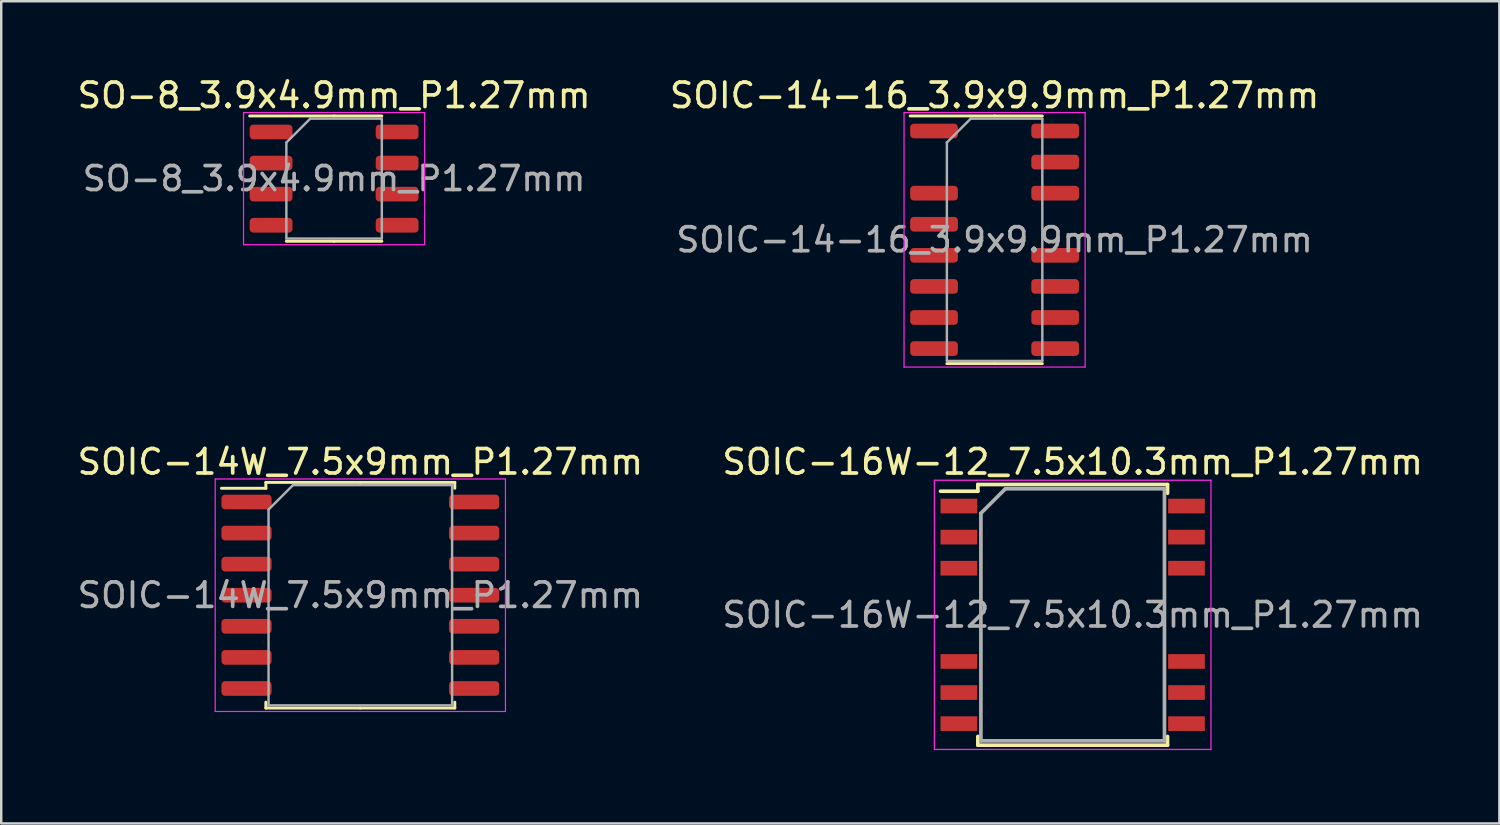
<source format=kicad_pcb>
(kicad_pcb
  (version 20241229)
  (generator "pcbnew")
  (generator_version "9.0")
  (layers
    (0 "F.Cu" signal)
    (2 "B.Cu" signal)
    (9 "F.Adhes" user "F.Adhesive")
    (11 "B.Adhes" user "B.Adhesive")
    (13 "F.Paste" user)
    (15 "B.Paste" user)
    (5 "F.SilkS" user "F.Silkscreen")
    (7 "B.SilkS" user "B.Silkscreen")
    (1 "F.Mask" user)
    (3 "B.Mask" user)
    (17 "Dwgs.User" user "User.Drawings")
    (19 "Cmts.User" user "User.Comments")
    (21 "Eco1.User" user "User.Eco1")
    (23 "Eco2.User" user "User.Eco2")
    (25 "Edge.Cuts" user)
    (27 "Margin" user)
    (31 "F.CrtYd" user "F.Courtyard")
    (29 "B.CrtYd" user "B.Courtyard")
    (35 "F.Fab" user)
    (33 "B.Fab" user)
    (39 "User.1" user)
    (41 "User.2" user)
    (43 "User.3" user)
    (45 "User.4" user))
  (footprint "SO-8_3.9x4.9mm_P1.27mm"
    (layer "F.Cu")
    (at 10.601 4.248)
    (property "Reference" "SO-8_3.9x4.9mm_P1.27mm" (at 0 -3.4 0) (layer "F.SilkS") (effects (font (size 1 1) (thickness 0.15))))
    (attr smd)
    (fp_line (start 0 -2.56) (end -3.45 -2.56) (stroke (width 0.12) (type solid)) (layer "F.SilkS"))
    (fp_line (start 0 -2.56) (end 1.95 -2.56) (stroke (width 0.12) (type solid)) (layer "F.SilkS"))
    (fp_line (start 0 2.56) (end -1.95 2.56) (stroke (width 0.12) (type solid)) (layer "F.SilkS"))
    (fp_line (start 0 2.56) (end 1.95 2.56) (stroke (width 0.12) (type solid)) (layer "F.SilkS"))
    (fp_line (start -3.7 -2.7) (end -3.7 2.7) (stroke (width 0.05) (type solid)) (layer "F.CrtYd"))
    (fp_line (start -3.7 2.7) (end 3.7 2.7) (stroke (width 0.05) (type solid)) (layer "F.CrtYd"))
    (fp_line (start 3.7 -2.7) (end -3.7 -2.7) (stroke (width 0.05) (type solid)) (layer "F.CrtYd"))
    (fp_line (start 3.7 2.7) (end 3.7 -2.7) (stroke (width 0.05) (type solid)) (layer "F.CrtYd"))
    (fp_line (start -1.95 -1.475) (end -0.975 -2.45) (stroke (width 0.1) (type solid)) (layer "F.Fab"))
    (fp_line (start -1.95 2.45) (end -1.95 -1.475) (stroke (width 0.1) (type solid)) (layer "F.Fab"))
    (fp_line (start -0.975 -2.45) (end 1.95 -2.45) (stroke (width 0.1) (type solid)) (layer "F.Fab"))
    (fp_line (start 1.95 -2.45) (end 1.95 2.45) (stroke (width 0.1) (type solid)) (layer "F.Fab"))
    (fp_line (start 1.95 2.45) (end -1.95 2.45) (stroke (width 0.1) (type solid)) (layer "F.Fab"))
    (fp_text user "${REFERENCE}" (at 0 0 0) (layer "F.Fab") (effects (font (size 0.98 0.98) (thickness 0.15))))
    (pad "1" smd roundrect (at -2.575 -1.905) (size 1.75 0.6) (layers "F.Cu" "F.Mask" "F.Paste") (roundrect_rratio 0.25))
    (pad "2" smd roundrect (at -2.575 -0.635) (size 1.75 0.6) (layers "F.Cu" "F.Mask" "F.Paste") (roundrect_rratio 0.25))
    (pad "3" smd roundrect (at -2.575 0.635) (size 1.75 0.6) (layers "F.Cu" "F.Mask" "F.Paste") (roundrect_rratio 0.25))
    (pad "4" smd roundrect (at -2.575 1.905) (size 1.75 0.6) (layers "F.Cu" "F.Mask" "F.Paste") (roundrect_rratio 0.25))
    (pad "5" smd roundrect (at 2.575 1.905) (size 1.75 0.6) (layers "F.Cu" "F.Mask" "F.Paste") (roundrect_rratio 0.25))
    (pad "6" smd roundrect (at 2.575 0.635) (size 1.75 0.6) (layers "F.Cu" "F.Mask" "F.Paste") (roundrect_rratio 0.25))
    (pad "7" smd roundrect (at 2.575 -0.635) (size 1.75 0.6) (layers "F.Cu" "F.Mask" "F.Paste") (roundrect_rratio 0.25))
    (pad "8" smd roundrect (at 2.575 -1.905) (size 1.75 0.6) (layers "F.Cu" "F.Mask" "F.Paste") (roundrect_rratio 0.25)))
  (footprint "SOIC-14W_7.5x9mm_P1.27mm"
    (layer "F.Cu")
    (at 11.673 21.271)
    (property "Reference" "SOIC-14W_7.5x9mm_P1.27mm" (at 0 -5.45 0) (layer "F.SilkS") (effects (font (size 1 1) (thickness 0.15))))
    (attr smd)
    (fp_line (start -3.86 -4.61) (end -3.86 -4.37) (stroke (width 0.12) (type solid)) (layer "F.SilkS"))
    (fp_line (start -3.86 -4.37) (end -5.675 -4.37) (stroke (width 0.12) (type solid)) (layer "F.SilkS"))
    (fp_line (start -3.86 4.61) (end -3.86 4.37) (stroke (width 0.12) (type solid)) (layer "F.SilkS"))
    (fp_line (start 0 -4.61) (end -3.86 -4.61) (stroke (width 0.12) (type solid)) (layer "F.SilkS"))
    (fp_line (start 0 -4.61) (end 3.86 -4.61) (stroke (width 0.12) (type solid)) (layer "F.SilkS"))
    (fp_line (start 0 4.61) (end -3.86 4.61) (stroke (width 0.12) (type solid)) (layer "F.SilkS"))
    (fp_line (start 0 4.61) (end 3.86 4.61) (stroke (width 0.12) (type solid)) (layer "F.SilkS"))
    (fp_line (start 3.86 -4.61) (end 3.86 -4.37) (stroke (width 0.12) (type solid)) (layer "F.SilkS"))
    (fp_line (start 3.86 4.61) (end 3.86 4.37) (stroke (width 0.12) (type solid)) (layer "F.SilkS"))
    (fp_line (start -5.93 -4.75) (end -5.93 4.75) (stroke (width 0.05) (type solid)) (layer "F.CrtYd"))
    (fp_line (start -5.93 4.75) (end 5.93 4.75) (stroke (width 0.05) (type solid)) (layer "F.CrtYd"))
    (fp_line (start 5.93 -4.75) (end -5.93 -4.75) (stroke (width 0.05) (type solid)) (layer "F.CrtYd"))
    (fp_line (start 5.93 4.75) (end 5.93 -4.75) (stroke (width 0.05) (type solid)) (layer "F.CrtYd"))
    (fp_line (start -3.75 -3.5) (end -2.75 -4.5) (stroke (width 0.1) (type solid)) (layer "F.Fab"))
    (fp_line (start -3.75 4.5) (end -3.75 -3.5) (stroke (width 0.1) (type solid)) (layer "F.Fab"))
    (fp_line (start -2.75 -4.5) (end 3.75 -4.5) (stroke (width 0.1) (type solid)) (layer "F.Fab"))
    (fp_line (start 3.75 -4.5) (end 3.75 4.5) (stroke (width 0.1) (type solid)) (layer "F.Fab"))
    (fp_line (start 3.75 4.5) (end -3.75 4.5) (stroke (width 0.1) (type solid)) (layer "F.Fab"))
    (fp_text user "${REFERENCE}" (at 0 0 0) (layer "F.Fab") (effects (font (size 1 1) (thickness 0.15))))
    (pad "1" smd roundrect (at -4.65 -3.81) (size 2.05 0.6) (layers "F.Cu" "F.Mask" "F.Paste") (roundrect_rratio 0.25))
    (pad "2" smd roundrect (at -4.65 -2.54) (size 2.05 0.6) (layers "F.Cu" "F.Mask" "F.Paste") (roundrect_rratio 0.25))
    (pad "3" smd roundrect (at -4.65 -1.27) (size 2.05 0.6) (layers "F.Cu" "F.Mask" "F.Paste") (roundrect_rratio 0.25))
    (pad "4" smd roundrect (at -4.65 0) (size 2.05 0.6) (layers "F.Cu" "F.Mask" "F.Paste") (roundrect_rratio 0.25))
    (pad "5" smd roundrect (at -4.65 1.27) (size 2.05 0.6) (layers "F.Cu" "F.Mask" "F.Paste") (roundrect_rratio 0.25))
    (pad "6" smd roundrect (at -4.65 2.54) (size 2.05 0.6) (layers "F.Cu" "F.Mask" "F.Paste") (roundrect_rratio 0.25))
    (pad "7" smd roundrect (at -4.65 3.81) (size 2.05 0.6) (layers "F.Cu" "F.Mask" "F.Paste") (roundrect_rratio 0.25))
    (pad "8" smd roundrect (at 4.65 3.81) (size 2.05 0.6) (layers "F.Cu" "F.Mask" "F.Paste") (roundrect_rratio 0.25))
    (pad "9" smd roundrect (at 4.65 2.54) (size 2.05 0.6) (layers "F.Cu" "F.Mask" "F.Paste") (roundrect_rratio 0.25))
    (pad "10" smd roundrect (at 4.65 1.27) (size 2.05 0.6) (layers "F.Cu" "F.Mask" "F.Paste") (roundrect_rratio 0.25))
    (pad "11" smd roundrect (at 4.65 0) (size 2.05 0.6) (layers "F.Cu" "F.Mask" "F.Paste") (roundrect_rratio 0.25))
    (pad "12" smd roundrect (at 4.65 -1.27) (size 2.05 0.6) (layers "F.Cu" "F.Mask" "F.Paste") (roundrect_rratio 0.25))
    (pad "13" smd roundrect (at 4.65 -2.54) (size 2.05 0.6) (layers "F.Cu" "F.Mask" "F.Paste") (roundrect_rratio 0.25))
    (pad "14" smd roundrect (at 4.65 -3.81) (size 2.05 0.6) (layers "F.Cu" "F.Mask" "F.Paste") (roundrect_rratio 0.25)))
  (footprint "SOIC-16W-12_7.5x10.3mm_P1.27mm"
    (layer "F.Cu")
    (at 40.78 22.072)
    (property "Reference" "SOIC-16W-12_7.5x10.3mm_P1.27mm" (at 0 -6.25 0) (layer "F.SilkS") (effects (font (size 1 1) (thickness 0.15))))
    (attr smd)
    (fp_line (start -3.875 -5.325) (end -3.875 -5.05) (stroke (width 0.15) (type solid)) (layer "F.SilkS"))
    (fp_line (start -3.875 -5.325) (end 3.875 -5.325) (stroke (width 0.15) (type solid)) (layer "F.SilkS"))
    (fp_line (start -3.875 -5.05) (end -5.4 -5.05) (stroke (width 0.15) (type solid)) (layer "F.SilkS"))
    (fp_line (start -3.875 5.325) (end -3.875 4.97) (stroke (width 0.15) (type solid)) (layer "F.SilkS"))
    (fp_line (start -3.875 5.325) (end 3.875 5.325) (stroke (width 0.15) (type solid)) (layer "F.SilkS"))
    (fp_line (start 3.875 -5.325) (end 3.875 -4.97) (stroke (width 0.15) (type solid)) (layer "F.SilkS"))
    (fp_line (start 3.875 5.325) (end 3.875 4.97) (stroke (width 0.15) (type solid)) (layer "F.SilkS"))
    (fp_line (start -5.65 -5.5) (end -5.65 5.5) (stroke (width 0.05) (type solid)) (layer "F.CrtYd"))
    (fp_line (start -5.65 -5.5) (end 5.65 -5.5) (stroke (width 0.05) (type solid)) (layer "F.CrtYd"))
    (fp_line (start -5.65 5.5) (end 5.65 5.5) (stroke (width 0.05) (type solid)) (layer "F.CrtYd"))
    (fp_line (start 5.65 -5.5) (end 5.65 5.5) (stroke (width 0.05) (type solid)) (layer "F.CrtYd"))
    (fp_line (start -3.75 -4.15) (end -2.75 -5.15) (stroke (width 0.15) (type solid)) (layer "F.Fab"))
    (fp_line (start -3.75 5.15) (end -3.75 -4.15) (stroke (width 0.15) (type solid)) (layer "F.Fab"))
    (fp_line (start -2.75 -5.15) (end 3.75 -5.15) (stroke (width 0.15) (type solid)) (layer "F.Fab"))
    (fp_line (start 3.75 -5.15) (end 3.75 5.15) (stroke (width 0.15) (type solid)) (layer "F.Fab"))
    (fp_line (start 3.75 5.15) (end -3.75 5.15) (stroke (width 0.15) (type solid)) (layer "F.Fab"))
    (fp_text user "${REFERENCE}" (at 0 0 0) (layer "F.Fab") (effects (font (size 1 1) (thickness 0.15))))
    (pad "1" smd rect (at -4.65 -4.445) (size 1.5 0.6) (layers "F.Cu" "F.Mask" "F.Paste"))
    (pad "2" smd rect (at -4.65 -3.175) (size 1.5 0.6) (layers "F.Cu" "F.Mask" "F.Paste"))
    (pad "3" smd rect (at -4.65 -1.905) (size 1.5 0.6) (layers "F.Cu" "F.Mask" "F.Paste"))
    (pad "6" smd rect (at -4.65 1.905) (size 1.5 0.6) (layers "F.Cu" "F.Mask" "F.Paste"))
    (pad "7" smd rect (at -4.65 3.175) (size 1.5 0.6) (layers "F.Cu" "F.Mask" "F.Paste"))
    (pad "8" smd rect (at -4.65 4.445) (size 1.5 0.6) (layers "F.Cu" "F.Mask" "F.Paste"))
    (pad "9" smd rect (at 4.65 4.445) (size 1.5 0.6) (layers "F.Cu" "F.Mask" "F.Paste"))
    (pad "10" smd rect (at 4.65 3.175) (size 1.5 0.6) (layers "F.Cu" "F.Mask" "F.Paste"))
    (pad "11" smd rect (at 4.65 1.905) (size 1.5 0.6) (layers "F.Cu" "F.Mask" "F.Paste"))
    (pad "14" smd rect (at 4.65 -1.905) (size 1.5 0.6) (layers "F.Cu" "F.Mask" "F.Paste"))
    (pad "15" smd rect (at 4.65 -3.175) (size 1.5 0.6) (layers "F.Cu" "F.Mask" "F.Paste"))
    (pad "16" smd rect (at 4.65 -4.445) (size 1.5 0.6) (layers "F.Cu" "F.Mask" "F.Paste")))
  (footprint "SOIC-14-16_3.9x9.9mm_P1.27mm"
    (layer "F.Cu")
    (at 37.589 6.748)
    (property "Reference" "SOIC-14-16_3.9x9.9mm_P1.27mm" (at 0 -5.9 0) (layer "F.SilkS") (effects (font (size 1 1) (thickness 0.15))))
    (attr smd)
    (fp_line (start 0 -5.06) (end -3.45 -5.06) (stroke (width 0.12) (type solid)) (layer "F.SilkS"))
    (fp_line (start 0 -5.06) (end 1.95 -5.06) (stroke (width 0.12) (type solid)) (layer "F.SilkS"))
    (fp_line (start 0 5.06) (end -1.95 5.06) (stroke (width 0.12) (type solid)) (layer "F.SilkS"))
    (fp_line (start 0 5.06) (end 1.95 5.06) (stroke (width 0.12) (type solid)) (layer "F.SilkS"))
    (fp_line (start -3.7 -5.2) (end -3.7 5.2) (stroke (width 0.05) (type solid)) (layer "F.CrtYd"))
    (fp_line (start -3.7 5.2) (end 3.7 5.2) (stroke (width 0.05) (type solid)) (layer "F.CrtYd"))
    (fp_line (start 3.7 -5.2) (end -3.7 -5.2) (stroke (width 0.05) (type solid)) (layer "F.CrtYd"))
    (fp_line (start 3.7 5.2) (end 3.7 -5.2) (stroke (width 0.05) (type solid)) (layer "F.CrtYd"))
    (fp_line (start -1.95 -3.975) (end -0.975 -4.95) (stroke (width 0.1) (type solid)) (layer "F.Fab"))
    (fp_line (start -1.95 4.95) (end -1.95 -3.975) (stroke (width 0.1) (type solid)) (layer "F.Fab"))
    (fp_line (start -0.975 -4.95) (end 1.95 -4.95) (stroke (width 0.1) (type solid)) (layer "F.Fab"))
    (fp_line (start 1.95 -4.95) (end 1.95 4.95) (stroke (width 0.1) (type solid)) (layer "F.Fab"))
    (fp_line (start 1.95 4.95) (end -1.95 4.95) (stroke (width 0.1) (type solid)) (layer "F.Fab"))
    (fp_text user "${REFERENCE}" (at 0 0 0) (layer "F.Fab") (effects (font (size 0.98 0.98) (thickness 0.15))))
    (pad "1" smd roundrect (at -2.475 -4.445) (size 1.95 0.6) (layers "F.Cu" "F.Mask" "F.Paste") (roundrect_rratio 0.25))
    (pad "3" smd roundrect (at -2.475 -1.905) (size 1.95 0.6) (layers "F.Cu" "F.Mask" "F.Paste") (roundrect_rratio 0.25))
    (pad "4" smd roundrect (at -2.475 -0.635) (size 1.95 0.6) (layers "F.Cu" "F.Mask" "F.Paste") (roundrect_rratio 0.25))
    (pad "5" smd roundrect (at -2.475 0.635) (size 1.95 0.6) (layers "F.Cu" "F.Mask" "F.Paste") (roundrect_rratio 0.25))
    (pad "6" smd roundrect (at -2.475 1.905) (size 1.95 0.6) (layers "F.Cu" "F.Mask" "F.Paste") (roundrect_rratio 0.25))
    (pad "7" smd roundrect (at -2.475 3.175) (size 1.95 0.6) (layers "F.Cu" "F.Mask" "F.Paste") (roundrect_rratio 0.25))
    (pad "8" smd roundrect (at -2.475 4.445) (size 1.95 0.6) (layers "F.Cu" "F.Mask" "F.Paste") (roundrect_rratio 0.25))
    (pad "9" smd roundrect (at 2.475 4.445) (size 1.95 0.6) (layers "F.Cu" "F.Mask" "F.Paste") (roundrect_rratio 0.25))
    (pad "10" smd roundrect (at 2.475 3.175) (size 1.95 0.6) (layers "F.Cu" "F.Mask" "F.Paste") (roundrect_rratio 0.25))
    (pad "11" smd roundrect (at 2.475 1.905) (size 1.95 0.6) (layers "F.Cu" "F.Mask" "F.Paste") (roundrect_rratio 0.25))
    (pad "12" smd roundrect (at 2.475 0.635) (size 1.95 0.6) (layers "F.Cu" "F.Mask" "F.Paste") (roundrect_rratio 0.25))
    (pad "14" smd roundrect (at 2.475 -1.905) (size 1.95 0.6) (layers "F.Cu" "F.Mask" "F.Paste") (roundrect_rratio 0.25))
    (pad "15" smd roundrect (at 2.475 -3.175) (size 1.95 0.6) (layers "F.Cu" "F.Mask" "F.Paste") (roundrect_rratio 0.25))
    (pad "16" smd roundrect (at 2.475 -4.445) (size 1.95 0.6) (layers "F.Cu" "F.Mask" "F.Paste") (roundrect_rratio 0.25)))
  (gr_rect
    (start -3 -3)
    (end 58.214 30.596)
    (stroke (width 0.1) (type default))
    (fill no)
    (layer "Edge.Cuts")))
</source>
